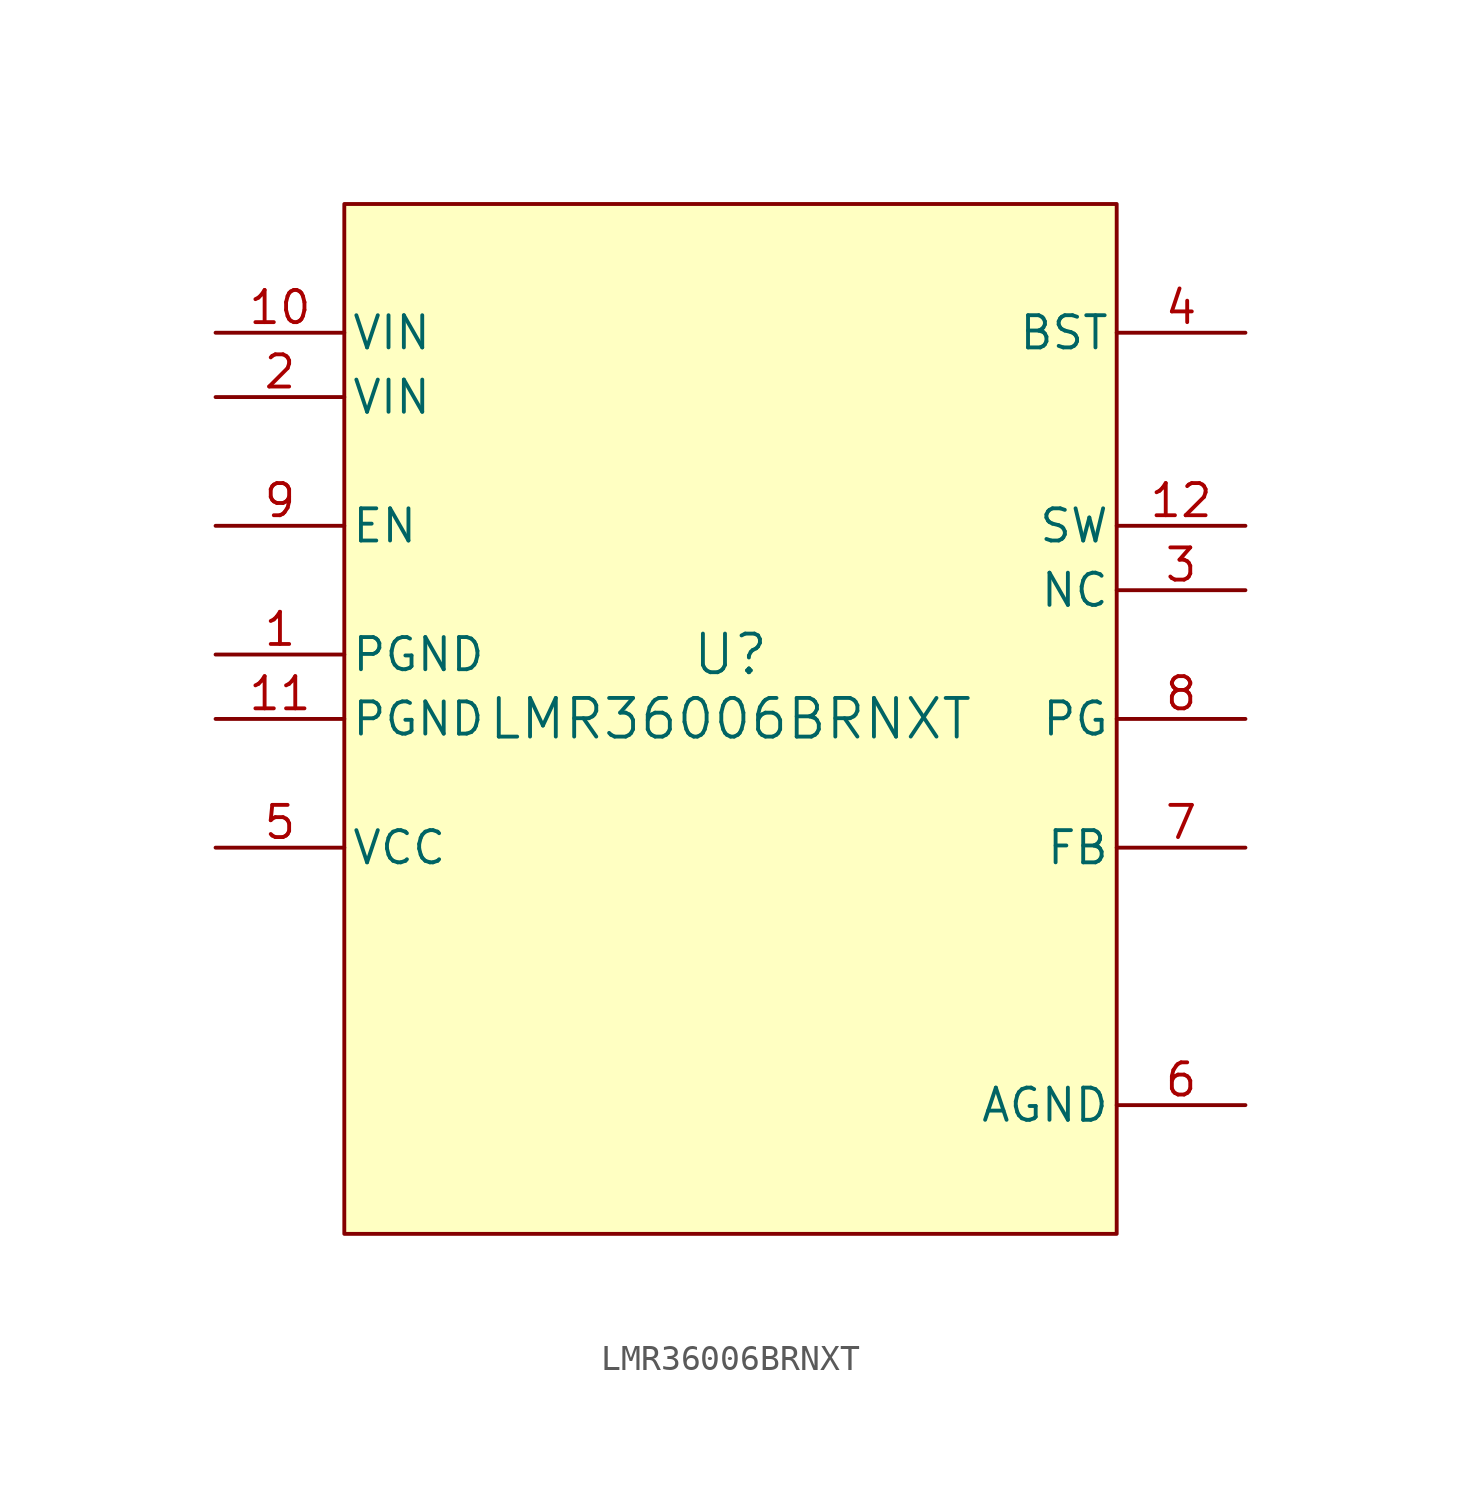
<source format=kicad_sym>
(kicad_symbol_lib
  (version 20241209)
  (generator "kicad_symbol_editor")
  (generator_version "9.0")
  (symbol "LMR36006BRNXT"
    (pin_names
      (offset 0.254))
    (property "Reference" "U"
      (at 0 2.54 0)
      (effects (font (size 1.524 1.524))))
    (property "Value" "LMR36006BRNXT"
      (at 0 0 0)
      (effects (font (size 1.524 1.524))))
    (property "ki_locked" ""
      (at 0 0 0)
      (effects (font (size 1.27 1.27))))
    (symbol "LMR36006BRNXT_0_1"
      (pin power_in line (at -20.32 15.24 0) (length 5.08) (name "VIN" (effects (font (size 1.27 1.27)))) (number "10" (effects (font (size 1.27 1.27)))))
      (pin power_in line (at -20.32 12.7 0) (length 5.08) (name "VIN" (effects (font (size 1.27 1.27)))) (number "2" (effects (font (size 1.27 1.27)))))
      (pin input line (at -20.32 7.62 0) (length 5.08) (name "EN" (effects (font (size 1.27 1.27)))) (number "9" (effects (font (size 1.27 1.27)))))
      (pin power_in line (at -20.32 2.54 0) (length 5.08) (name "PGND" (effects (font (size 1.27 1.27)))) (number "1" (effects (font (size 1.27 1.27)))))
      (pin power_in line (at -20.32 0 0) (length 5.08) (name "PGND" (effects (font (size 1.27 1.27)))) (number "11" (effects (font (size 1.27 1.27)))))
      (pin power_in line (at -20.32 -5.08 0) (length 5.08) (name "VCC" (effects (font (size 1.27 1.27)))) (number "5" (effects (font (size 1.27 1.27)))))
      (pin unspecified line (at 20.32 15.24 180) (length 5.08) (name "BST" (effects (font (size 1.27 1.27)))) (number "4" (effects (font (size 1.27 1.27)))))
      (pin power_in line (at 20.32 7.62 180) (length 5.08) (name "SW" (effects (font (size 1.27 1.27)))) (number "12" (effects (font (size 1.27 1.27)))))
      (pin unspecified line (at 20.32 5.08 180) (length 5.08) (name "NC" (effects (font (size 1.27 1.27)))) (number "3" (effects (font (size 1.27 1.27)))))
      (pin open_collector line (at 20.32 0 180) (length 5.08) (name "PG" (effects (font (size 1.27 1.27)))) (number "8" (effects (font (size 1.27 1.27)))))
      (pin input line (at 20.32 -5.08 180) (length 5.08) (name "FB" (effects (font (size 1.27 1.27)))) (number "7" (effects (font (size 1.27 1.27)))))
      (pin power_in line (at 20.32 -15.24 180) (length 5.08) (name "AGND" (effects (font (size 1.27 1.27)))) (number "6" (effects (font (size 1.27 1.27))))))
    (symbol "LMR36006BRNXT_1_1"
      (rectangle (start -15.24 20.32) (end 15.24 -20.32) (stroke (width 0) (type solid)) (fill (type background))))))
</source>
